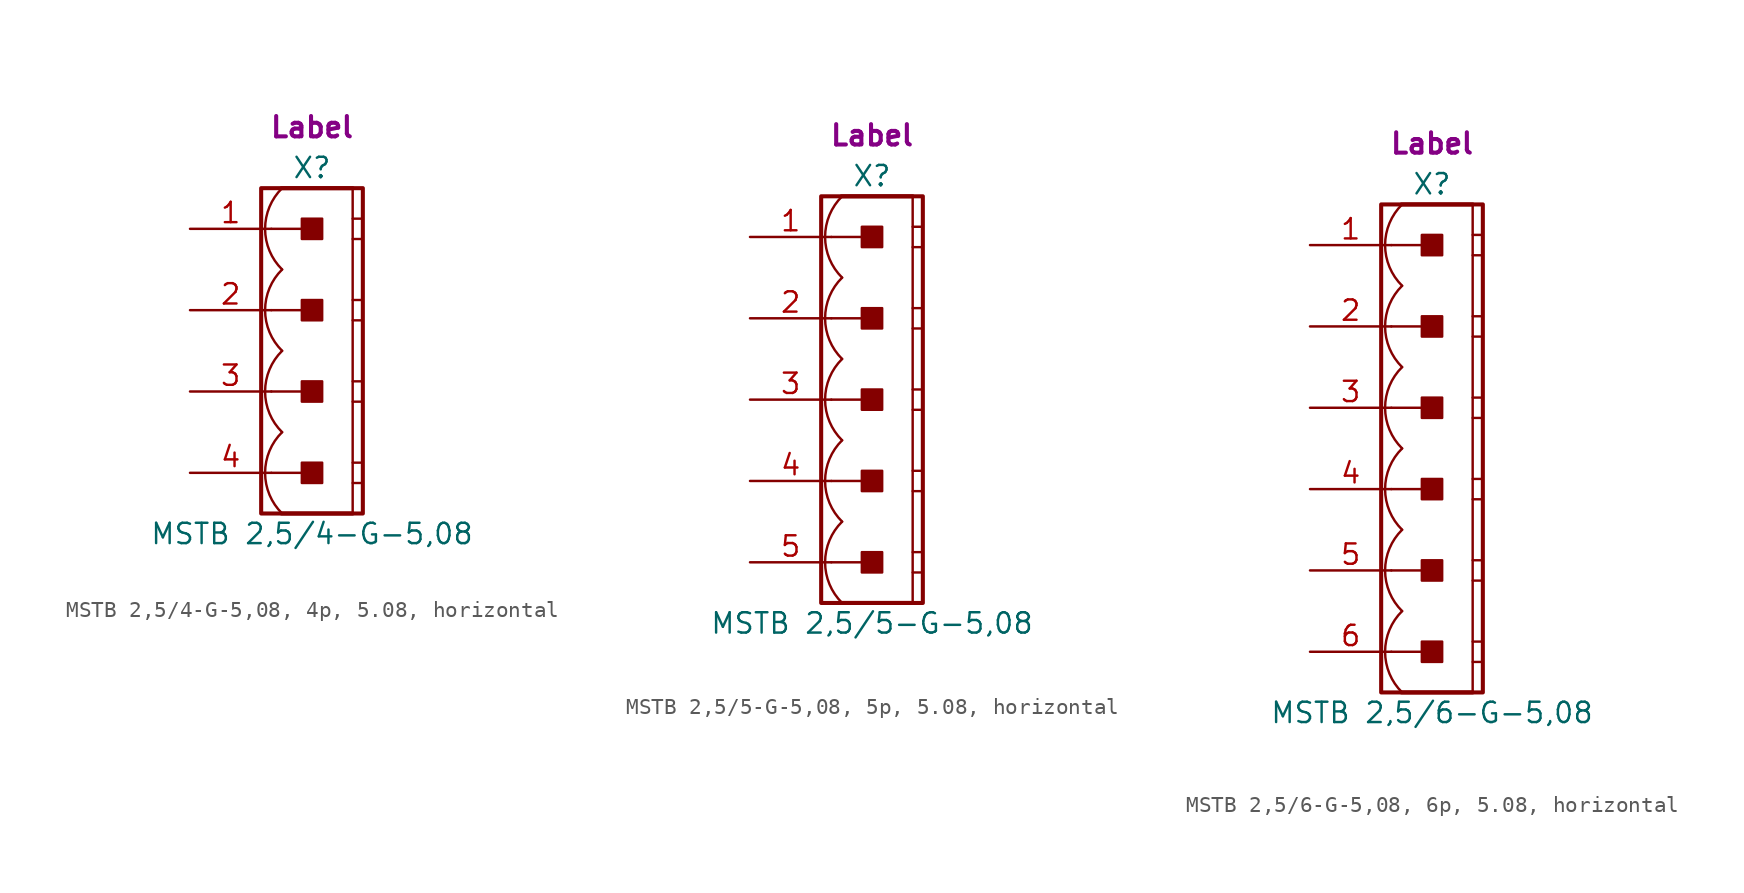
<source format=kicad_sym>
(kicad_symbol_lib
  (version 20241209)
  (generator "kicad_symbol_editor")
  (generator_version "9.0")
  (symbol "MSTB 2,5/4-G-5,08, 4p, 5.08, horizontal"
    (pin_names
      (offset 1.016)
      (hide yes))
    (property "Reference" "X"
      (at 0 11.43 0)
      (effects (font (size 1.27 1.27))))
    (property "Value" "MSTB 2,5/4-G-5,08"
      (at 0 -11.43 0)
      (effects (font (size 1.27 1.27))))
    (property "Label" "Label"
      (at 0 13.97 0)
      (effects (font (size 1.27 1.27) (thickness 0.254) (bold yes))))
    (symbol "MSTB 2,5/4-G-5,08, 4p, 5.08, horizontal_0_1"
      (polyline (pts (xy 2.54 10.16) (xy -1.905 10.16)) (stroke (width 0.254) (type default)) (fill (type none)))
      (polyline (pts (xy 2.54 10.16) (xy 2.54 -10.16)) (stroke (width 0.152) (type default)) (fill (type none)))
      (polyline (pts (xy 2.54 8.255) (xy 3.175 8.255)) (stroke (width 0.152) (type default)) (fill (type none)))
      (polyline (pts (xy 2.54 6.985) (xy 3.175 6.985)) (stroke (width 0.152) (type default)) (fill (type none)))
      (polyline (pts (xy 2.54 3.175) (xy 3.175 3.175)) (stroke (width 0.152) (type default)) (fill (type none)))
      (polyline (pts (xy 2.54 1.905) (xy 3.175 1.905)) (stroke (width 0.152) (type default)) (fill (type none)))
      (polyline (pts (xy 2.54 -1.905) (xy 3.175 -1.905)) (stroke (width 0.152) (type default)) (fill (type none)))
      (polyline (pts (xy 2.54 -3.175) (xy 3.175 -3.175)) (stroke (width 0.152) (type default)) (fill (type none)))
      (polyline (pts (xy 2.54 -6.985) (xy 3.175 -6.985)) (stroke (width 0.152) (type default)) (fill (type none)))
      (polyline (pts (xy 2.54 -8.255) (xy 3.175 -8.255)) (stroke (width 0.152) (type default)) (fill (type none)))
      (polyline (pts (xy 2.54 -10.16) (xy -1.905 -10.16)) (stroke (width 0.254) (type default)) (fill (type none))))
    (symbol "MSTB 2,5/4-G-5,08, 4p, 5.08, horizontal_1_0"
      (polyline (pts (xy -2.54 7.62) (xy 0 7.62)) (stroke (width 0.152) (type default)) (fill (type none)))
      (polyline (pts (xy -2.54 2.54) (xy 0 2.54)) (stroke (width 0.152) (type default)) (fill (type none)))
      (polyline (pts (xy -2.54 -2.54) (xy 0 -2.54)) (stroke (width 0.152) (type default)) (fill (type none)))
      (polyline (pts (xy -2.54 -7.62) (xy 0 -7.62)) (stroke (width 0.152) (type default)) (fill (type none))))
    (symbol "MSTB 2,5/4-G-5,08, 4p, 5.08, horizontal_1_1"
      (rectangle (start -3.175 10.16) (end 3.175 -10.16) (stroke (width 0.254) (type default)) (fill (type none)))
      (rectangle (start -0.635 6.985) (end 0.635 8.255) (stroke (width 0.152) (type default)) (fill (type outline)))
      (rectangle (start -0.635 1.905) (end 0.635 3.175) (stroke (width 0.152) (type default)) (fill (type outline)))
      (rectangle (start -0.635 -3.175) (end 0.635 -1.905) (stroke (width 0.152) (type default)) (fill (type outline)))
      (rectangle (start -0.635 -8.255) (end 0.635 -6.985) (stroke (width 0.152) (type default)) (fill (type outline)))
      (arc (start -1.8664 5.08) (mid -2.9299 7.62) (end -1.8664 10.16) (stroke (width 0.1524) (type default)) (fill (type none)))
      (arc (start -1.8664 0) (mid -2.9299 2.54) (end -1.8664 5.08) (stroke (width 0.1524) (type default)) (fill (type none)))
      (arc (start -1.8664 -5.08) (mid -2.9299 -2.54) (end -1.8664 0) (stroke (width 0.1524) (type default)) (fill (type none)))
      (arc (start -1.8664 -10.16) (mid -2.9299 -7.62) (end -1.8664 -5.08) (stroke (width 0.1524) (type default)) (fill (type none)))
      (pin passive line (at -7.62 7.62 0) (length 5.08) (name "1" (effects (font (size 1.27 1.27)))) (number "1" (effects (font (size 1.27 1.27)))))
      (pin passive line (at -7.62 2.54 0) (length 5.08) (name "2" (effects (font (size 1.27 1.27)))) (number "2" (effects (font (size 1.27 1.27)))))
      (pin passive line (at -7.62 -2.54 0) (length 5.08) (name "3" (effects (font (size 1.27 1.27)))) (number "3" (effects (font (size 1.27 1.27)))))
      (pin passive line (at -7.62 -7.62 0) (length 5.08) (name "4" (effects (font (size 1.27 1.27)))) (number "4" (effects (font (size 1.27 1.27)))))))
  (symbol "MSTB 2,5/5-G-5,08, 5p, 5.08, horizontal"
    (pin_names
      (offset 1.016)
      (hide yes))
    (property "Reference" "X"
      (at 0 13.97 0)
      (effects (font (size 1.27 1.27))))
    (property "Value" "MSTB 2,5/5-G-5,08"
      (at 0 -13.97 0)
      (effects (font (size 1.27 1.27))))
    (property "Label" "Label"
      (at 0 16.51 0)
      (effects (font (size 1.27 1.27) (thickness 0.254) (bold yes))))
    (symbol "MSTB 2,5/5-G-5,08, 5p, 5.08, horizontal_0_1"
      (polyline (pts (xy 2.54 12.7) (xy -1.905 12.7)) (stroke (width 0.254) (type default)) (fill (type none)))
      (polyline (pts (xy 2.54 12.7) (xy 2.54 -12.7)) (stroke (width 0.152) (type default)) (fill (type none)))
      (polyline (pts (xy 2.54 10.795) (xy 3.175 10.795)) (stroke (width 0.152) (type default)) (fill (type none)))
      (polyline (pts (xy 2.54 9.525) (xy 3.175 9.525)) (stroke (width 0.152) (type default)) (fill (type none)))
      (polyline (pts (xy 2.54 5.715) (xy 3.175 5.715)) (stroke (width 0.152) (type default)) (fill (type none)))
      (polyline (pts (xy 2.54 4.445) (xy 3.175 4.445)) (stroke (width 0.152) (type default)) (fill (type none)))
      (polyline (pts (xy 2.54 0.635) (xy 3.175 0.635)) (stroke (width 0.152) (type default)) (fill (type none)))
      (polyline (pts (xy 2.54 -0.635) (xy 3.175 -0.635)) (stroke (width 0.152) (type default)) (fill (type none)))
      (polyline (pts (xy 2.54 -4.445) (xy 3.175 -4.445)) (stroke (width 0.152) (type default)) (fill (type none)))
      (polyline (pts (xy 2.54 -5.715) (xy 3.175 -5.715)) (stroke (width 0.152) (type default)) (fill (type none)))
      (polyline (pts (xy 2.54 -9.525) (xy 3.175 -9.525)) (stroke (width 0.152) (type default)) (fill (type none)))
      (polyline (pts (xy 2.54 -10.795) (xy 3.175 -10.795)) (stroke (width 0.152) (type default)) (fill (type none)))
      (polyline (pts (xy 2.54 -12.7) (xy -1.905 -12.7)) (stroke (width 0.254) (type default)) (fill (type none))))
    (symbol "MSTB 2,5/5-G-5,08, 5p, 5.08, horizontal_1_0"
      (polyline (pts (xy -2.54 10.16) (xy 0 10.16)) (stroke (width 0.152) (type default)) (fill (type none)))
      (polyline (pts (xy -2.54 5.08) (xy 0 5.08)) (stroke (width 0.152) (type default)) (fill (type none)))
      (polyline (pts (xy -2.54 0) (xy 0 0)) (stroke (width 0.152) (type default)) (fill (type none)))
      (polyline (pts (xy -2.54 -5.08) (xy 0 -5.08)) (stroke (width 0.152) (type default)) (fill (type none)))
      (polyline (pts (xy -2.54 -10.16) (xy 0 -10.16)) (stroke (width 0.152) (type default)) (fill (type none))))
    (symbol "MSTB 2,5/5-G-5,08, 5p, 5.08, horizontal_1_1"
      (rectangle (start -3.175 12.7) (end 3.175 -12.7) (stroke (width 0.254) (type default)) (fill (type none)))
      (rectangle (start -0.635 9.525) (end 0.635 10.795) (stroke (width 0.152) (type default)) (fill (type outline)))
      (rectangle (start -0.635 4.445) (end 0.635 5.715) (stroke (width 0.152) (type default)) (fill (type outline)))
      (rectangle (start -0.635 -0.635) (end 0.635 0.635) (stroke (width 0.152) (type default)) (fill (type outline)))
      (rectangle (start -0.635 -5.715) (end 0.635 -4.445) (stroke (width 0.152) (type default)) (fill (type outline)))
      (rectangle (start -0.635 -10.795) (end 0.635 -9.525) (stroke (width 0.152) (type default)) (fill (type outline)))
      (arc (start -1.8664 7.62) (mid -2.9299 10.16) (end -1.8664 12.7) (stroke (width 0.1524) (type default)) (fill (type none)))
      (arc (start -1.8664 2.54) (mid -2.9299 5.08) (end -1.8664 7.62) (stroke (width 0.1524) (type default)) (fill (type none)))
      (arc (start -1.8664 -2.54) (mid -2.9299 0) (end -1.8664 2.54) (stroke (width 0.1524) (type default)) (fill (type none)))
      (arc (start -1.8664 -7.62) (mid -2.9299 -5.08) (end -1.8664 -2.54) (stroke (width 0.1524) (type default)) (fill (type none)))
      (arc (start -1.8664 -12.7) (mid -2.9299 -10.16) (end -1.8664 -7.62) (stroke (width 0.1524) (type default)) (fill (type none)))
      (pin passive line (at -7.62 10.16 0) (length 5.08) (name "1" (effects (font (size 1.27 1.27)))) (number "1" (effects (font (size 1.27 1.27)))))
      (pin passive line (at -7.62 5.08 0) (length 5.08) (name "2" (effects (font (size 1.27 1.27)))) (number "2" (effects (font (size 1.27 1.27)))))
      (pin passive line (at -7.62 0 0) (length 5.08) (name "3" (effects (font (size 1.27 1.27)))) (number "3" (effects (font (size 1.27 1.27)))))
      (pin passive line (at -7.62 -5.08 0) (length 5.08) (name "4" (effects (font (size 1.27 1.27)))) (number "4" (effects (font (size 1.27 1.27)))))
      (pin passive line (at -7.62 -10.16 0) (length 5.08) (name "5" (effects (font (size 1.27 1.27)))) (number "5" (effects (font (size 1.27 1.27)))))))
  (symbol "MSTB 2,5/6-G-5,08, 6p, 5.08, horizontal"
    (pin_names
      (offset 1.016)
      (hide yes))
    (property "Reference" "X"
      (at 0 16.51 0)
      (effects (font (size 1.27 1.27))))
    (property "Value" "MSTB 2,5/6-G-5,08"
      (at 0 -16.51 0)
      (effects (font (size 1.27 1.27))))
    (property "Label" "Label"
      (at 0 19.05 0)
      (effects (font (size 1.27 1.27) (thickness 0.254) (bold yes))))
    (symbol "MSTB 2,5/6-G-5,08, 6p, 5.08, horizontal_0_1"
      (polyline (pts (xy 2.54 15.24) (xy -1.905 15.24)) (stroke (width 0.254) (type default)) (fill (type none)))
      (polyline (pts (xy 2.54 15.24) (xy 2.54 -15.24)) (stroke (width 0.152) (type default)) (fill (type none)))
      (polyline (pts (xy 2.54 13.335) (xy 3.175 13.335)) (stroke (width 0.152) (type default)) (fill (type none)))
      (polyline (pts (xy 2.54 12.065) (xy 3.175 12.065)) (stroke (width 0.152) (type default)) (fill (type none)))
      (polyline (pts (xy 2.54 8.255) (xy 3.175 8.255)) (stroke (width 0.152) (type default)) (fill (type none)))
      (polyline (pts (xy 2.54 6.985) (xy 3.175 6.985)) (stroke (width 0.152) (type default)) (fill (type none)))
      (polyline (pts (xy 2.54 3.175) (xy 3.175 3.175)) (stroke (width 0.152) (type default)) (fill (type none)))
      (polyline (pts (xy 2.54 1.905) (xy 3.175 1.905)) (stroke (width 0.152) (type default)) (fill (type none)))
      (polyline (pts (xy 2.54 -1.905) (xy 3.175 -1.905)) (stroke (width 0.152) (type default)) (fill (type none)))
      (polyline (pts (xy 2.54 -3.175) (xy 3.175 -3.175)) (stroke (width 0.152) (type default)) (fill (type none)))
      (polyline (pts (xy 2.54 -6.985) (xy 3.175 -6.985)) (stroke (width 0.152) (type default)) (fill (type none)))
      (polyline (pts (xy 2.54 -8.255) (xy 3.175 -8.255)) (stroke (width 0.152) (type default)) (fill (type none)))
      (polyline (pts (xy 2.54 -12.065) (xy 3.175 -12.065)) (stroke (width 0.152) (type default)) (fill (type none)))
      (polyline (pts (xy 2.54 -13.335) (xy 3.175 -13.335)) (stroke (width 0.152) (type default)) (fill (type none)))
      (polyline (pts (xy 2.54 -15.24) (xy -1.905 -15.24)) (stroke (width 0.254) (type default)) (fill (type none))))
    (symbol "MSTB 2,5/6-G-5,08, 6p, 5.08, horizontal_1_0"
      (polyline (pts (xy -2.54 12.7) (xy 0 12.7)) (stroke (width 0.152) (type default)) (fill (type none)))
      (polyline (pts (xy -2.54 7.62) (xy 0 7.62)) (stroke (width 0.152) (type default)) (fill (type none)))
      (polyline (pts (xy -2.54 2.54) (xy 0 2.54)) (stroke (width 0.152) (type default)) (fill (type none)))
      (polyline (pts (xy -2.54 -2.54) (xy 0 -2.54)) (stroke (width 0.152) (type default)) (fill (type none)))
      (polyline (pts (xy -2.54 -7.62) (xy 0 -7.62)) (stroke (width 0.152) (type default)) (fill (type none)))
      (polyline (pts (xy -2.54 -12.7) (xy 0 -12.7)) (stroke (width 0.152) (type default)) (fill (type none))))
    (symbol "MSTB 2,5/6-G-5,08, 6p, 5.08, horizontal_1_1"
      (rectangle (start -3.175 15.24) (end 3.175 -15.24) (stroke (width 0.254) (type default)) (fill (type none)))
      (rectangle (start -0.635 12.065) (end 0.635 13.335) (stroke (width 0.152) (type default)) (fill (type outline)))
      (rectangle (start -0.635 6.985) (end 0.635 8.255) (stroke (width 0.152) (type default)) (fill (type outline)))
      (rectangle (start -0.635 1.905) (end 0.635 3.175) (stroke (width 0.152) (type default)) (fill (type outline)))
      (rectangle (start -0.635 -3.175) (end 0.635 -1.905) (stroke (width 0.152) (type default)) (fill (type outline)))
      (rectangle (start -0.635 -8.255) (end 0.635 -6.985) (stroke (width 0.152) (type default)) (fill (type outline)))
      (rectangle (start -0.635 -13.335) (end 0.635 -12.065) (stroke (width 0.152) (type default)) (fill (type outline)))
      (arc (start -1.8664 10.16) (mid -2.9299 12.7) (end -1.8664 15.24) (stroke (width 0.1524) (type default)) (fill (type none)))
      (arc (start -1.8664 5.08) (mid -2.9299 7.62) (end -1.8664 10.16) (stroke (width 0.1524) (type default)) (fill (type none)))
      (arc (start -1.8664 0) (mid -2.9299 2.54) (end -1.8664 5.08) (stroke (width 0.1524) (type default)) (fill (type none)))
      (arc (start -1.8664 -5.08) (mid -2.9299 -2.54) (end -1.8664 0) (stroke (width 0.1524) (type default)) (fill (type none)))
      (arc (start -1.8664 -10.16) (mid -2.9299 -7.62) (end -1.8664 -5.08) (stroke (width 0.1524) (type default)) (fill (type none)))
      (arc (start -1.8664 -15.24) (mid -2.9299 -12.7) (end -1.8664 -10.16) (stroke (width 0.1524) (type default)) (fill (type none)))
      (pin passive line (at -7.62 12.7 0) (length 5.08) (name "1" (effects (font (size 1.27 1.27)))) (number "1" (effects (font (size 1.27 1.27)))))
      (pin passive line (at -7.62 7.62 0) (length 5.08) (name "2" (effects (font (size 1.27 1.27)))) (number "2" (effects (font (size 1.27 1.27)))))
      (pin passive line (at -7.62 2.54 0) (length 5.08) (name "3" (effects (font (size 1.27 1.27)))) (number "3" (effects (font (size 1.27 1.27)))))
      (pin passive line (at -7.62 -2.54 0) (length 5.08) (name "4" (effects (font (size 1.27 1.27)))) (number "4" (effects (font (size 1.27 1.27)))))
      (pin passive line (at -7.62 -7.62 0) (length 5.08) (name "5" (effects (font (size 1.27 1.27)))) (number "5" (effects (font (size 1.27 1.27)))))
      (pin passive line (at -7.62 -12.7 0) (length 5.08) (name "6" (effects (font (size 1.27 1.27)))) (number "6" (effects (font (size 1.27 1.27))))))))
</source>
